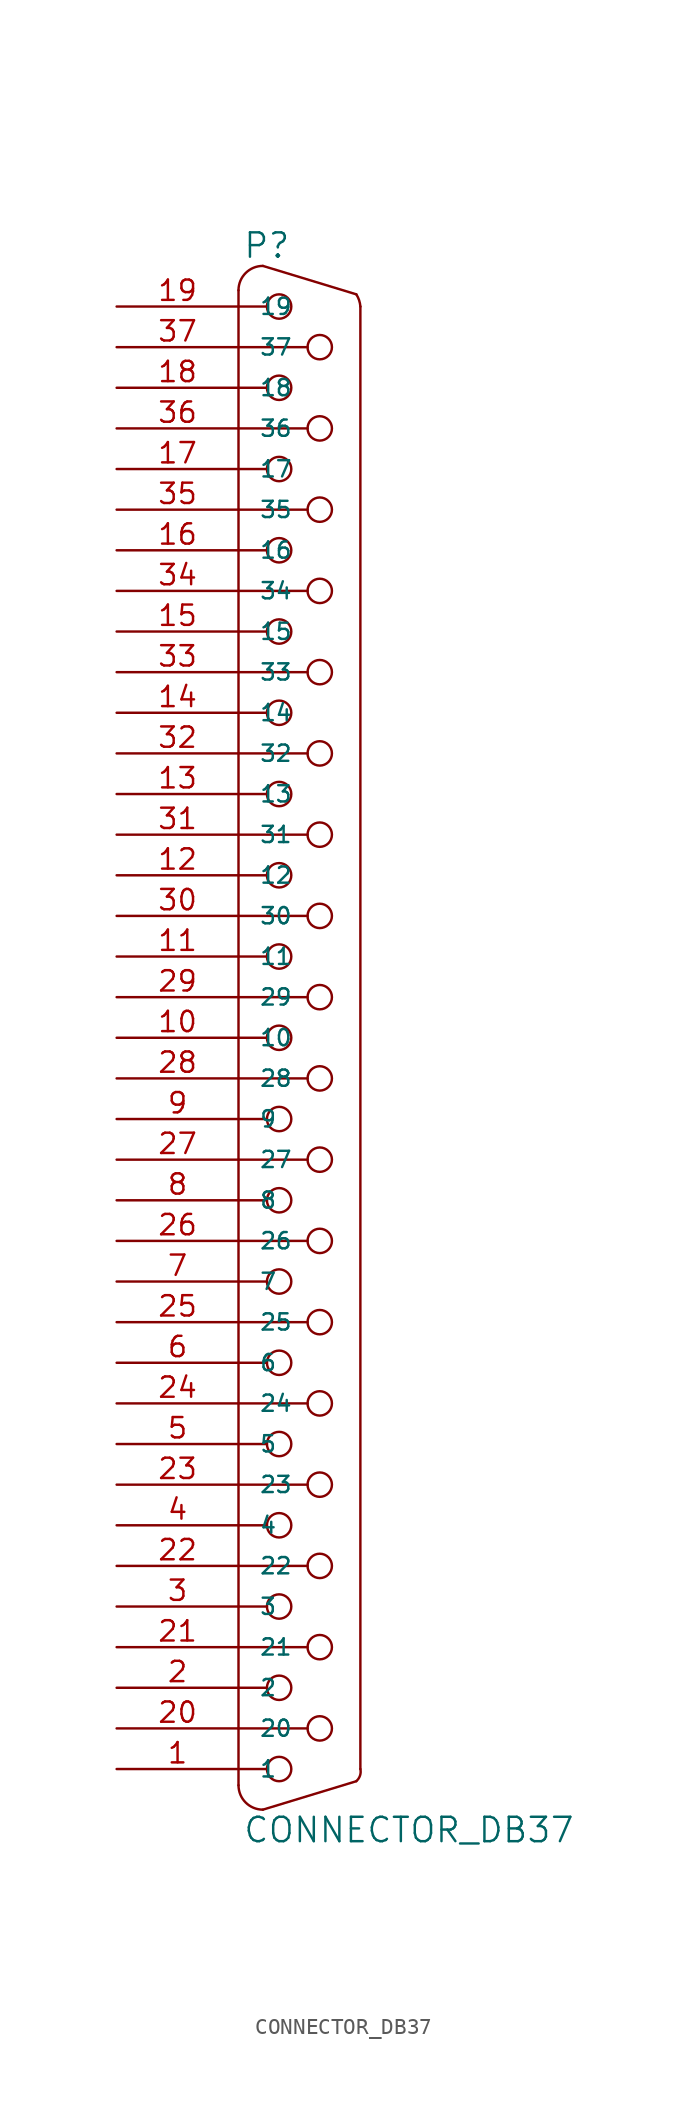
<source format=kicad_sym>
(kicad_symbol_lib
  (version 20231120)
  (generator "kicad_symbol_editor")
  (generator_version "8.0")
  (symbol "CONNECTOR_DB37"
    (pin_names
      (offset 1.27))
    (property "Reference" "P"
      (at 0.254 0.381 0)
      (effects (font (size 1.524 1.524)) (justify left bottom)))
    (property "Value" "CONNECTOR_DB37"
      (at 0.254 -96.901 0)
      (effects (font (size 1.524 1.524)) (justify left top)))
    (symbol "CONNECTOR_DB37_0_1"
      (arc (start 0 -94.996) (mid 0.4464 -96.0736) (end 1.524 -96.52) (stroke (width 0) (type solid)) (fill (type none)))
      (polyline (pts (xy 0 -93.98) (xy 1.778 -93.98)) (stroke (width 0) (type solid)) (fill (type none)))
      (polyline (pts (xy 0 -88.9) (xy 1.778 -88.9)) (stroke (width 0) (type solid)) (fill (type none)))
      (polyline (pts (xy 0 -83.82) (xy 1.778 -83.82)) (stroke (width 0) (type solid)) (fill (type none)))
      (polyline (pts (xy 0 -78.74) (xy 1.778 -78.74)) (stroke (width 0) (type solid)) (fill (type none)))
      (polyline (pts (xy 0 -73.66) (xy 1.778 -73.66)) (stroke (width 0) (type solid)) (fill (type none)))
      (polyline (pts (xy 0 -68.58) (xy 1.778 -68.58)) (stroke (width 0) (type solid)) (fill (type none)))
      (polyline (pts (xy 0 -63.5) (xy 1.778 -63.5)) (stroke (width 0) (type solid)) (fill (type none)))
      (polyline (pts (xy 0 -58.42) (xy 1.778 -58.42)) (stroke (width 0) (type solid)) (fill (type none)))
      (polyline (pts (xy 0 -53.34) (xy 1.778 -53.34)) (stroke (width 0) (type solid)) (fill (type none)))
      (polyline (pts (xy 0 -48.26) (xy 1.778 -48.26)) (stroke (width 0) (type solid)) (fill (type none)))
      (polyline (pts (xy 0 -43.18) (xy 1.778 -43.18)) (stroke (width 0) (type solid)) (fill (type none)))
      (polyline (pts (xy 0 -38.1) (xy 1.778 -38.1)) (stroke (width 0) (type solid)) (fill (type none)))
      (polyline (pts (xy 0 -33.02) (xy 1.778 -33.02)) (stroke (width 0) (type solid)) (fill (type none)))
      (polyline (pts (xy 0 -27.94) (xy 1.778 -27.94)) (stroke (width 0) (type solid)) (fill (type none)))
      (polyline (pts (xy 0 -22.86) (xy 1.778 -22.86)) (stroke (width 0) (type solid)) (fill (type none)))
      (polyline (pts (xy 0 -17.78) (xy 1.778 -17.78)) (stroke (width 0) (type solid)) (fill (type none)))
      (polyline (pts (xy 0 -12.7) (xy 1.778 -12.7)) (stroke (width 0) (type solid)) (fill (type none)))
      (polyline (pts (xy 0 -7.62) (xy 1.778 -7.62)) (stroke (width 0) (type solid)) (fill (type none)))
      (polyline (pts (xy 0 -2.54) (xy 1.778 -2.54)) (stroke (width 0) (type solid)) (fill (type none)))
      (polyline (pts (xy 0 -1.524) (xy 0 -94.996)) (stroke (width 0) (type solid)) (fill (type none)))
      (polyline (pts (xy 4.318 -91.44) (xy 0 -91.44)) (stroke (width 0) (type solid)) (fill (type none)))
      (polyline (pts (xy 4.318 -86.36) (xy 0 -86.36)) (stroke (width 0) (type solid)) (fill (type none)))
      (polyline (pts (xy 4.318 -81.28) (xy 0 -81.28)) (stroke (width 0) (type solid)) (fill (type none)))
      (polyline (pts (xy 4.318 -76.2) (xy 0 -76.2)) (stroke (width 0) (type solid)) (fill (type none)))
      (polyline (pts (xy 4.318 -71.12) (xy 0 -71.12)) (stroke (width 0) (type solid)) (fill (type none)))
      (polyline (pts (xy 4.318 -66.04) (xy 0 -66.04)) (stroke (width 0) (type solid)) (fill (type none)))
      (polyline (pts (xy 4.318 -60.96) (xy 0 -60.96)) (stroke (width 0) (type solid)) (fill (type none)))
      (polyline (pts (xy 4.318 -55.88) (xy 0 -55.88)) (stroke (width 0) (type solid)) (fill (type none)))
      (polyline (pts (xy 4.318 -50.8) (xy 0 -50.8)) (stroke (width 0) (type solid)) (fill (type none)))
      (polyline (pts (xy 4.318 -45.72) (xy 0 -45.72)) (stroke (width 0) (type solid)) (fill (type none)))
      (polyline (pts (xy 4.318 -40.64) (xy 0 -40.64)) (stroke (width 0) (type solid)) (fill (type none)))
      (polyline (pts (xy 4.318 -35.56) (xy 0 -35.56)) (stroke (width 0) (type solid)) (fill (type none)))
      (polyline (pts (xy 4.318 -30.48) (xy 0 -30.48)) (stroke (width 0) (type solid)) (fill (type none)))
      (polyline (pts (xy 4.318 -25.4) (xy 0 -25.4)) (stroke (width 0) (type solid)) (fill (type none)))
      (polyline (pts (xy 4.318 -20.32) (xy 0 -20.32)) (stroke (width 0) (type solid)) (fill (type none)))
      (polyline (pts (xy 4.318 -15.24) (xy 0 -15.24)) (stroke (width 0) (type solid)) (fill (type none)))
      (polyline (pts (xy 4.318 -10.16) (xy 0 -10.16)) (stroke (width 0) (type solid)) (fill (type none)))
      (polyline (pts (xy 4.318 -5.08) (xy 0 -5.08)) (stroke (width 0) (type solid)) (fill (type none)))
      (polyline (pts (xy 7.366 -94.742) (xy 1.524 -96.52)) (stroke (width 0) (type solid)) (fill (type none)))
      (polyline (pts (xy 7.366 -1.778) (xy 1.524 0)) (stroke (width 0) (type solid)) (fill (type none)))
      (polyline (pts (xy 7.62 -93.98) (xy 7.62 -2.54)) (stroke (width 0) (type solid)) (fill (type none)))
      (arc (start 1.524 0) (mid 0.4464 -0.4464) (end 0 -1.524) (stroke (width 0) (type solid)) (fill (type none)))
      (circle (center 2.54 -93.98) (radius 0.762) (stroke (width 0) (type solid)) (fill (type none)))
      (circle (center 2.54 -88.9) (radius 0.762) (stroke (width 0) (type solid)) (fill (type none)))
      (circle (center 2.54 -83.82) (radius 0.762) (stroke (width 0) (type solid)) (fill (type none)))
      (circle (center 2.54 -78.74) (radius 0.762) (stroke (width 0) (type solid)) (fill (type none)))
      (circle (center 2.54 -73.66) (radius 0.762) (stroke (width 0) (type solid)) (fill (type none)))
      (circle (center 2.54 -68.58) (radius 0.762) (stroke (width 0) (type solid)) (fill (type none)))
      (circle (center 2.54 -63.5) (radius 0.762) (stroke (width 0) (type solid)) (fill (type none)))
      (circle (center 2.54 -58.42) (radius 0.762) (stroke (width 0) (type solid)) (fill (type none)))
      (circle (center 2.54 -53.34) (radius 0.762) (stroke (width 0) (type solid)) (fill (type none)))
      (circle (center 2.54 -48.26) (radius 0.762) (stroke (width 0) (type solid)) (fill (type none)))
      (circle (center 2.54 -43.18) (radius 0.762) (stroke (width 0) (type solid)) (fill (type none)))
      (circle (center 2.54 -38.1) (radius 0.762) (stroke (width 0) (type solid)) (fill (type none)))
      (circle (center 2.54 -33.02) (radius 0.762) (stroke (width 0) (type solid)) (fill (type none)))
      (circle (center 2.54 -27.94) (radius 0.762) (stroke (width 0) (type solid)) (fill (type none)))
      (circle (center 2.54 -22.86) (radius 0.762) (stroke (width 0) (type solid)) (fill (type none)))
      (circle (center 2.54 -17.78) (radius 0.762) (stroke (width 0) (type solid)) (fill (type none)))
      (circle (center 2.54 -12.7) (radius 0.762) (stroke (width 0) (type solid)) (fill (type none)))
      (circle (center 2.54 -7.62) (radius 0.762) (stroke (width 0) (type solid)) (fill (type none)))
      (circle (center 2.54 -2.54) (radius 0.762) (stroke (width 0) (type solid)) (fill (type none)))
      (circle (center 5.08 -91.44) (radius 0.762) (stroke (width 0) (type solid)) (fill (type none)))
      (circle (center 5.08 -86.36) (radius 0.762) (stroke (width 0) (type solid)) (fill (type none)))
      (circle (center 5.08 -81.28) (radius 0.762) (stroke (width 0) (type solid)) (fill (type none)))
      (circle (center 5.08 -76.2) (radius 0.762) (stroke (width 0) (type solid)) (fill (type none)))
      (circle (center 5.08 -71.12) (radius 0.762) (stroke (width 0) (type solid)) (fill (type none)))
      (circle (center 5.08 -66.04) (radius 0.762) (stroke (width 0) (type solid)) (fill (type none)))
      (circle (center 5.08 -60.96) (radius 0.762) (stroke (width 0) (type solid)) (fill (type none)))
      (circle (center 5.08 -55.88) (radius 0.762) (stroke (width 0) (type solid)) (fill (type none)))
      (circle (center 5.08 -50.8) (radius 0.762) (stroke (width 0) (type solid)) (fill (type none)))
      (circle (center 5.08 -45.72) (radius 0.762) (stroke (width 0) (type solid)) (fill (type none)))
      (circle (center 5.08 -40.64) (radius 0.762) (stroke (width 0) (type solid)) (fill (type none)))
      (circle (center 5.08 -35.56) (radius 0.762) (stroke (width 0) (type solid)) (fill (type none)))
      (circle (center 5.08 -30.48) (radius 0.762) (stroke (width 0) (type solid)) (fill (type none)))
      (circle (center 5.08 -25.4) (radius 0.762) (stroke (width 0) (type solid)) (fill (type none)))
      (circle (center 5.08 -20.32) (radius 0.762) (stroke (width 0) (type solid)) (fill (type none)))
      (circle (center 5.08 -15.24) (radius 0.762) (stroke (width 0) (type solid)) (fill (type none)))
      (circle (center 5.08 -10.16) (radius 0.762) (stroke (width 0) (type solid)) (fill (type none)))
      (circle (center 5.08 -5.08) (radius 0.762) (stroke (width 0) (type solid)) (fill (type none)))
      (arc (start 7.366 -94.742) (mid 7.5996 -94.3924) (end 7.62 -93.98) (stroke (width 0) (type solid)) (fill (type none)))
      (arc (start 7.62 -2.54) (mid 7.5427 -2.1512) (end 7.366 -1.778) (stroke (width 0) (type solid)) (fill (type none))))
    (symbol "CONNECTOR_DB37_1_1"
      (pin passive line (at -7.62 -93.98 0) (length 7.62) (name "1" (effects (font (size 1.016 1.016)))) (number "1" (effects (font (size 1.27 1.27)))))
      (pin passive line (at -7.62 -48.26 0) (length 7.62) (name "10" (effects (font (size 1.016 1.016)))) (number "10" (effects (font (size 1.27 1.27)))))
      (pin passive line (at -7.62 -43.18 0) (length 7.62) (name "11" (effects (font (size 1.016 1.016)))) (number "11" (effects (font (size 1.27 1.27)))))
      (pin passive line (at -7.62 -38.1 0) (length 7.62) (name "12" (effects (font (size 1.016 1.016)))) (number "12" (effects (font (size 1.27 1.27)))))
      (pin passive line (at -7.62 -33.02 0) (length 7.62) (name "13" (effects (font (size 1.016 1.016)))) (number "13" (effects (font (size 1.27 1.27)))))
      (pin passive line (at -7.62 -27.94 0) (length 7.62) (name "14" (effects (font (size 1.016 1.016)))) (number "14" (effects (font (size 1.27 1.27)))))
      (pin passive line (at -7.62 -22.86 0) (length 7.62) (name "15" (effects (font (size 1.016 1.016)))) (number "15" (effects (font (size 1.27 1.27)))))
      (pin passive line (at -7.62 -17.78 0) (length 7.62) (name "16" (effects (font (size 1.016 1.016)))) (number "16" (effects (font (size 1.27 1.27)))))
      (pin passive line (at -7.62 -12.7 0) (length 7.62) (name "17" (effects (font (size 1.016 1.016)))) (number "17" (effects (font (size 1.27 1.27)))))
      (pin passive line (at -7.62 -7.62 0) (length 7.62) (name "18" (effects (font (size 1.016 1.016)))) (number "18" (effects (font (size 1.27 1.27)))))
      (pin passive line (at -7.62 -2.54 0) (length 7.62) (name "19" (effects (font (size 1.016 1.016)))) (number "19" (effects (font (size 1.27 1.27)))))
      (pin passive line (at -7.62 -88.9 0) (length 7.62) (name "2" (effects (font (size 1.016 1.016)))) (number "2" (effects (font (size 1.27 1.27)))))
      (pin passive line (at -7.62 -91.44 0) (length 7.62) (name "20" (effects (font (size 1.016 1.016)))) (number "20" (effects (font (size 1.27 1.27)))))
      (pin passive line (at -7.62 -86.36 0) (length 7.62) (name "21" (effects (font (size 1.016 1.016)))) (number "21" (effects (font (size 1.27 1.27)))))
      (pin passive line (at -7.62 -81.28 0) (length 7.62) (name "22" (effects (font (size 1.016 1.016)))) (number "22" (effects (font (size 1.27 1.27)))))
      (pin passive line (at -7.62 -76.2 0) (length 7.62) (name "23" (effects (font (size 1.016 1.016)))) (number "23" (effects (font (size 1.27 1.27)))))
      (pin passive line (at -7.62 -71.12 0) (length 7.62) (name "24" (effects (font (size 1.016 1.016)))) (number "24" (effects (font (size 1.27 1.27)))))
      (pin passive line (at -7.62 -66.04 0) (length 7.62) (name "25" (effects (font (size 1.016 1.016)))) (number "25" (effects (font (size 1.27 1.27)))))
      (pin passive line (at -7.62 -60.96 0) (length 7.62) (name "26" (effects (font (size 1.016 1.016)))) (number "26" (effects (font (size 1.27 1.27)))))
      (pin passive line (at -7.62 -55.88 0) (length 7.62) (name "27" (effects (font (size 1.016 1.016)))) (number "27" (effects (font (size 1.27 1.27)))))
      (pin passive line (at -7.62 -50.8 0) (length 7.62) (name "28" (effects (font (size 1.016 1.016)))) (number "28" (effects (font (size 1.27 1.27)))))
      (pin passive line (at -7.62 -45.72 0) (length 7.62) (name "29" (effects (font (size 1.016 1.016)))) (number "29" (effects (font (size 1.27 1.27)))))
      (pin passive line (at -7.62 -83.82 0) (length 7.62) (name "3" (effects (font (size 1.016 1.016)))) (number "3" (effects (font (size 1.27 1.27)))))
      (pin passive line (at -7.62 -40.64 0) (length 7.62) (name "30" (effects (font (size 1.016 1.016)))) (number "30" (effects (font (size 1.27 1.27)))))
      (pin passive line (at -7.62 -35.56 0) (length 7.62) (name "31" (effects (font (size 1.016 1.016)))) (number "31" (effects (font (size 1.27 1.27)))))
      (pin passive line (at -7.62 -30.48 0) (length 7.62) (name "32" (effects (font (size 1.016 1.016)))) (number "32" (effects (font (size 1.27 1.27)))))
      (pin passive line (at -7.62 -25.4 0) (length 7.62) (name "33" (effects (font (size 1.016 1.016)))) (number "33" (effects (font (size 1.27 1.27)))))
      (pin passive line (at -7.62 -20.32 0) (length 7.62) (name "34" (effects (font (size 1.016 1.016)))) (number "34" (effects (font (size 1.27 1.27)))))
      (pin passive line (at -7.62 -15.24 0) (length 7.62) (name "35" (effects (font (size 1.016 1.016)))) (number "35" (effects (font (size 1.27 1.27)))))
      (pin passive line (at -7.62 -10.16 0) (length 7.62) (name "36" (effects (font (size 1.016 1.016)))) (number "36" (effects (font (size 1.27 1.27)))))
      (pin passive line (at -7.62 -5.08 0) (length 7.62) (name "37" (effects (font (size 1.016 1.016)))) (number "37" (effects (font (size 1.27 1.27)))))
      (pin passive line (at -7.62 -78.74 0) (length 7.62) (name "4" (effects (font (size 1.016 1.016)))) (number "4" (effects (font (size 1.27 1.27)))))
      (pin passive line (at -7.62 -73.66 0) (length 7.62) (name "5" (effects (font (size 1.016 1.016)))) (number "5" (effects (font (size 1.27 1.27)))))
      (pin passive line (at -7.62 -68.58 0) (length 7.62) (name "6" (effects (font (size 1.016 1.016)))) (number "6" (effects (font (size 1.27 1.27)))))
      (pin passive line (at -7.62 -63.5 0) (length 7.62) (name "7" (effects (font (size 1.016 1.016)))) (number "7" (effects (font (size 1.27 1.27)))))
      (pin passive line (at -7.62 -58.42 0) (length 7.62) (name "8" (effects (font (size 1.016 1.016)))) (number "8" (effects (font (size 1.27 1.27)))))
      (pin passive line (at -7.62 -53.34 0) (length 7.62) (name "9" (effects (font (size 1.016 1.016)))) (number "9" (effects (font (size 1.27 1.27))))))))
</source>
